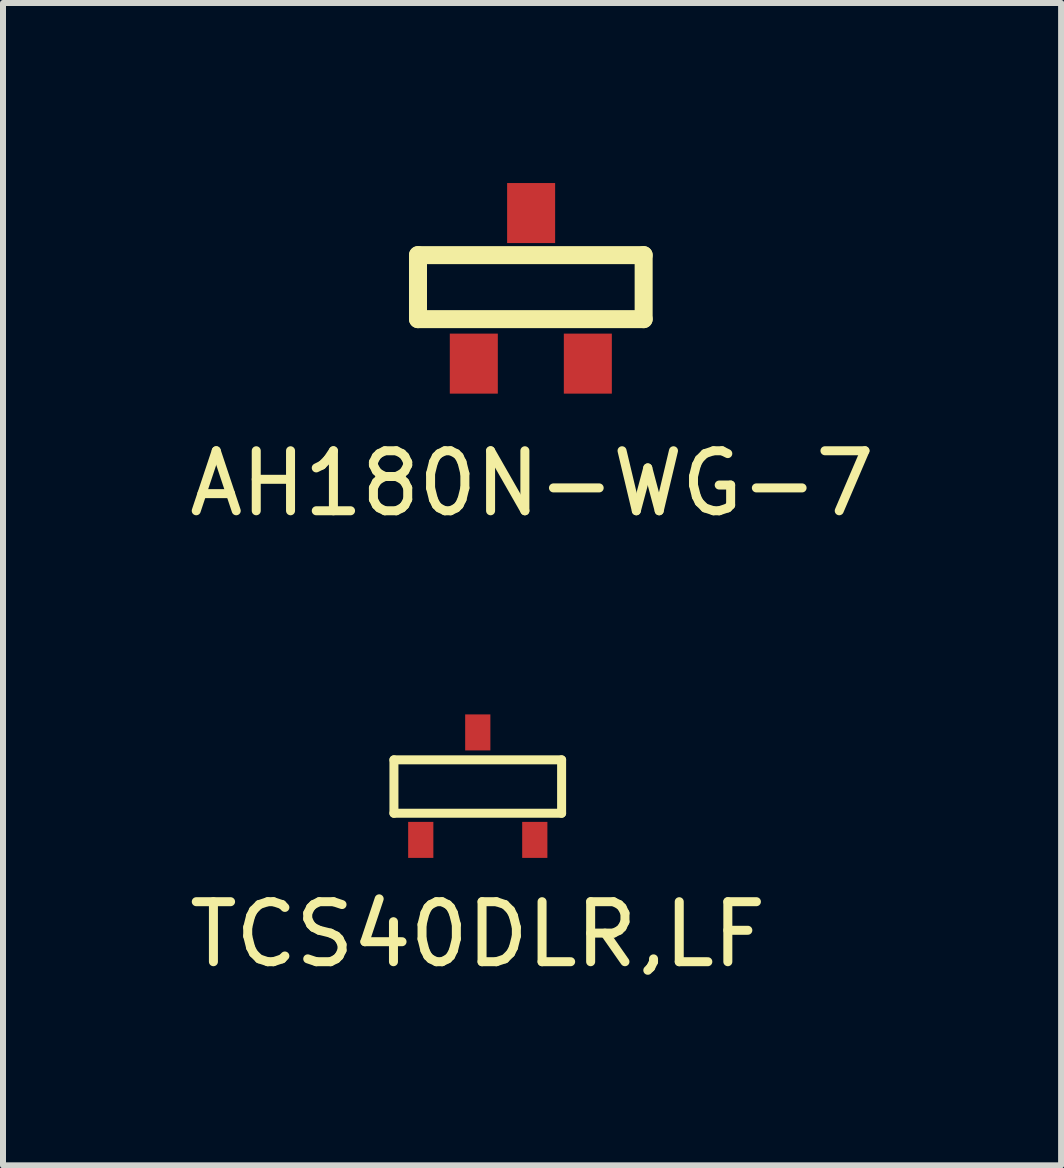
<source format=kicad_pcb>
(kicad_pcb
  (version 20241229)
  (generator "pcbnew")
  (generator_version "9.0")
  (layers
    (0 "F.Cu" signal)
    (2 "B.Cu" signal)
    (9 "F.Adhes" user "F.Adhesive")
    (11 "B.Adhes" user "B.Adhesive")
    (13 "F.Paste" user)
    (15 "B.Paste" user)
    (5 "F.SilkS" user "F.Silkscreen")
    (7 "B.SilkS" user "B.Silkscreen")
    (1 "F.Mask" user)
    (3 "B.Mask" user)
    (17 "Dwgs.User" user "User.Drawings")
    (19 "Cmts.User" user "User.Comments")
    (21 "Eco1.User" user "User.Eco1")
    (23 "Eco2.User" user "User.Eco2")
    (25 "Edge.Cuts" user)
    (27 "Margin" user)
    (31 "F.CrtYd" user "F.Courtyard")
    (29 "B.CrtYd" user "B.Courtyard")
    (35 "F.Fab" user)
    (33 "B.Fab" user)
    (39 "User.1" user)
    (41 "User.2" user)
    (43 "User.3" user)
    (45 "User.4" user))
  (footprint "AH180N-WG-7"
    (layer "F.Cu")
    (at 5.795 1.963)
    (property "Reference" "AH180N-WG-7" (at 0.02 3.043 0) (layer "F.SilkS") (effects (font (size 1 1) (thickness 0.15))))
    (attr through_hole)
    (fp_line (start -1.88 -0.762) (end -1.88 0.305) (stroke (width 0.3) (type solid)) (layer "F.SilkS"))
    (fp_line (start -1.88 0.305) (end 1.88 0.305) (stroke (width 0.3) (type solid)) (layer "F.SilkS"))
    (fp_line (start 1.88 -0.762) (end -1.88 -0.762) (stroke (width 0.3) (type solid)) (layer "F.SilkS"))
    (fp_line (start 1.88 0.305) (end 1.88 -0.762) (stroke (width 0.3) (type solid)) (layer "F.SilkS"))
    (pad "1" smd rect (at -0.95 1.046) (size 0.8 1) (layers "F.Cu" "F.Mask" "F.Paste"))
    (pad "2" smd rect (at 0.005 -1.463) (size 0.8 1) (layers "F.Cu" "F.Mask" "F.Paste"))
    (pad "3" smd rect (at 0.95 1.046) (size 0.8 1) (layers "F.Cu" "F.Mask" "F.Paste")))
  (footprint "TCS40DLR,LF"
    (layer "F.Cu")
    (at 4.911 10.183)
    (property "Reference" "TCS40DLR,LF" (at 0 2.337 0) (layer "F.SilkS") (effects (font (size 1 1) (thickness 0.15))))
    (attr through_hole)
    (fp_line (start -1.397 -0.572) (end -1.397 0.318) (stroke (width 0.15) (type solid)) (layer "F.SilkS"))
    (fp_line (start -1.397 0.318) (end 1.397 0.318) (stroke (width 0.15) (type solid)) (layer "F.SilkS"))
    (fp_line (start 1.397 -0.572) (end -1.397 -0.572) (stroke (width 0.15) (type solid)) (layer "F.SilkS"))
    (fp_line (start 1.397 0.318) (end 1.397 -0.572) (stroke (width 0.15) (type solid)) (layer "F.SilkS"))
    (pad "1" smd rect (at -0.95 0.762) (size 0.42 0.6) (layers "F.Cu" "F.Mask" "F.Paste"))
    (pad "2" smd rect (at 0.95 0.762) (size 0.42 0.6) (layers "F.Cu" "F.Mask" "F.Paste"))
    (pad "3" smd rect (at 0 -1.029) (size 0.42 0.6) (layers "F.Cu" "F.Mask" "F.Paste")))
  (gr_rect
    (start -3 -3)
    (end 14.631 16.368)
    (stroke (width 0.1) (type default))
    (fill no)
    (layer "Edge.Cuts")))
</source>
